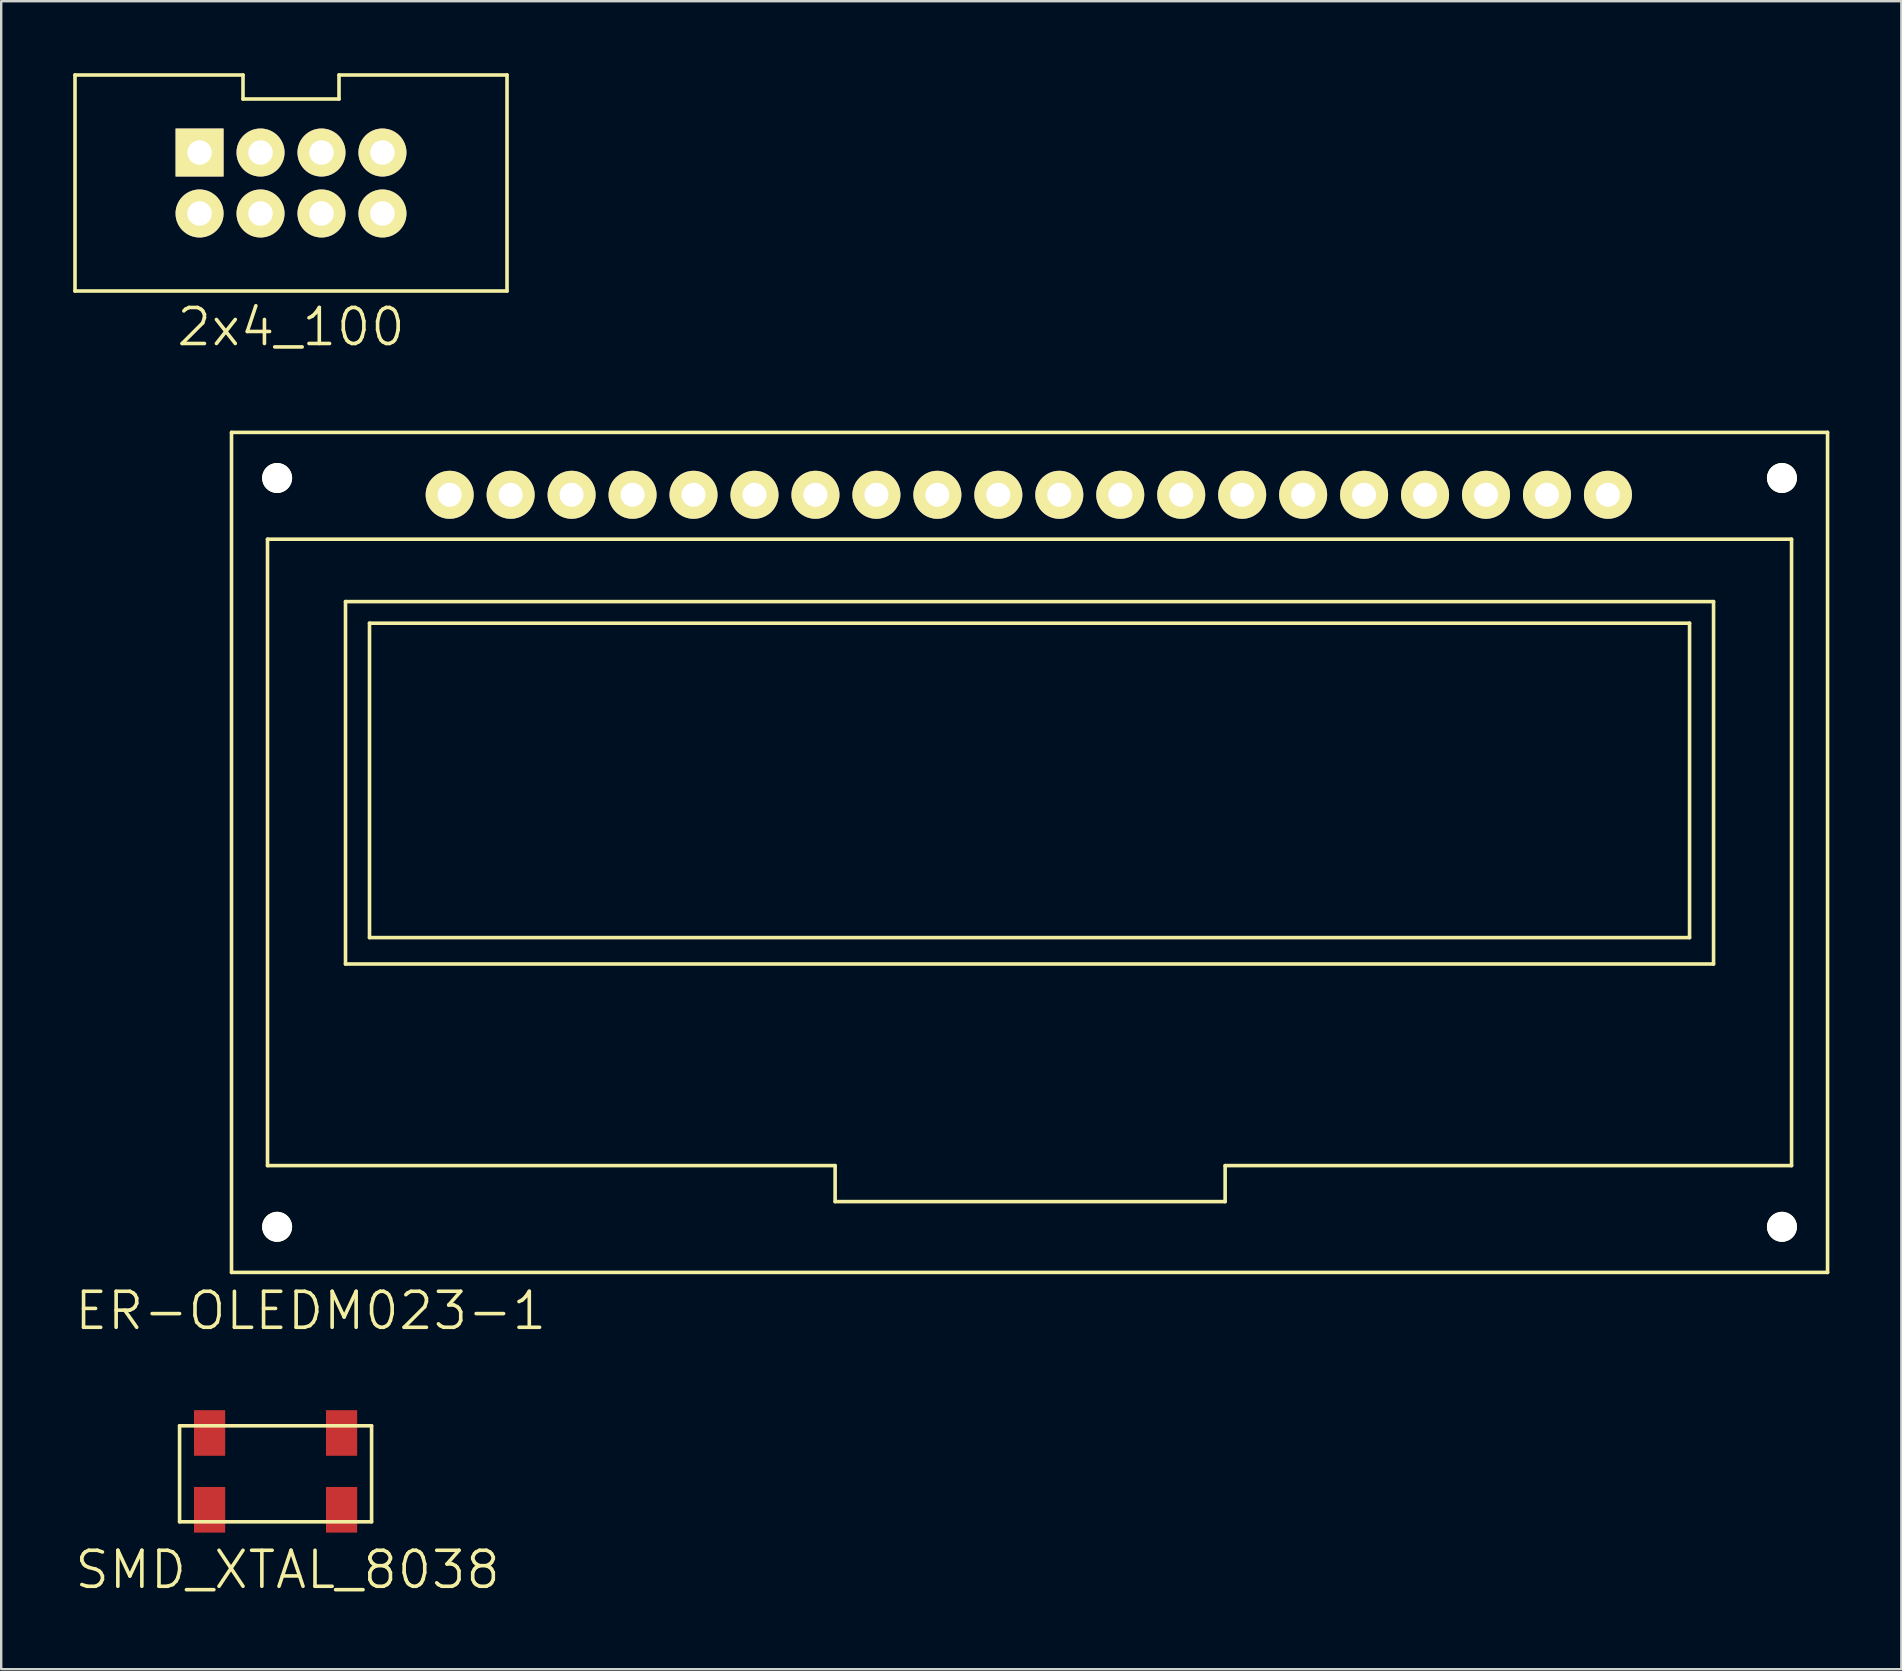
<source format=kicad_pcb>
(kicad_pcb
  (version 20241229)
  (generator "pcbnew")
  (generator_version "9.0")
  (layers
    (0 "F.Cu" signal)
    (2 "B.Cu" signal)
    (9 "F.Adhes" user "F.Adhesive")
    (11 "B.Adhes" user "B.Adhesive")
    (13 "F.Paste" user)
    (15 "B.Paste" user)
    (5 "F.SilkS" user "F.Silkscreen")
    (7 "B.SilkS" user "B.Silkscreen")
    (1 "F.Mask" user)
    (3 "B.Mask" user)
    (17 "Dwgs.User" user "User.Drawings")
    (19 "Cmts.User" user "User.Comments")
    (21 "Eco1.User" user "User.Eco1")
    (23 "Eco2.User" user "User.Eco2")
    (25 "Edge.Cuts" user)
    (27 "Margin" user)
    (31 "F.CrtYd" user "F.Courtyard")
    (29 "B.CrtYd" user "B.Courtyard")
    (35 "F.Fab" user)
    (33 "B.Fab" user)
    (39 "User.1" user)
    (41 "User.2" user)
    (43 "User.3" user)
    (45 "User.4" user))
  (footprint "SMD_XTAL_8038"
    (layer "F.Cu")
    (at 5.682 59.856)
    (property "Reference" "SMD_XTAL_8038" (at 3.25 2.5 0) (layer "F.SilkS") (effects (font (size 1.5 1.5) (thickness 0.15))))
    (attr through_hole)
    (fp_line (start -1.25 -3.5) (end 6.75 -3.5) (stroke (width 0.15) (type solid)) (layer "F.SilkS"))
    (fp_line (start -1.25 0.5) (end -1.25 -3.5) (stroke (width 0.15) (type solid)) (layer "F.SilkS"))
    (fp_line (start 6.75 -3.5) (end 6.75 0.5) (stroke (width 0.15) (type solid)) (layer "F.SilkS"))
    (fp_line (start 6.75 0.5) (end -1.25 0.5) (stroke (width 0.15) (type solid)) (layer "F.SilkS"))
    (pad "" smd rect (at 5.5 -3.2) (size 1.3 1.9) (layers "F.Cu" "F.Mask" "F.Paste"))
    (pad "" smd rect (at 5.5 0) (size 1.3 1.9) (layers "F.Cu" "F.Mask" "F.Paste"))
    (pad "1" smd rect (at 0 0) (size 1.3 1.9) (layers "F.Cu" "F.Mask" "F.Paste"))
    (pad "2" smd rect (at 0 -3.2) (size 1.3 1.9) (layers "F.Cu" "F.Mask" "F.Paste")))
  (footprint "ER-OLEDM023-1"
    (layer "F.Cu")
    (at 6.596 14.966)
    (property "Reference" "ER-OLEDM023-1" (at 3.3 36.6 0) (layer "F.SilkS") (effects (font (size 1.5 1.5) (thickness 0.15))))
    (attr through_hole)
    (fp_line (start 0 0) (end 66.5 0) (stroke (width 0.15) (type solid)) (layer "F.SilkS"))
    (fp_line (start 0 35) (end 0 0) (stroke (width 0.15) (type solid)) (layer "F.SilkS"))
    (fp_line (start 1.5 4.45) (end 1.5 30.55) (stroke (width 0.15) (type solid)) (layer "F.SilkS"))
    (fp_line (start 4.75 7.05) (end 4.75 22.15) (stroke (width 0.15) (type solid)) (layer "F.SilkS"))
    (fp_line (start 4.75 22.15) (end 61.75 22.15) (stroke (width 0.15) (type solid)) (layer "F.SilkS"))
    (fp_line (start 5.75 7.95) (end 5.75 21.05) (stroke (width 0.15) (type solid)) (layer "F.SilkS"))
    (fp_line (start 5.75 21.05) (end 60.75 21.05) (stroke (width 0.15) (type solid)) (layer "F.SilkS"))
    (fp_line (start 25.15 30.55) (end 1.5 30.55) (stroke (width 0.15) (type solid)) (layer "F.SilkS"))
    (fp_line (start 25.15 30.55) (end 25.15 32.05) (stroke (width 0.15) (type solid)) (layer "F.SilkS"))
    (fp_line (start 25.15 32.05) (end 41.4 32.05) (stroke (width 0.15) (type solid)) (layer "F.SilkS"))
    (fp_line (start 41.4 30.55) (end 65 30.55) (stroke (width 0.15) (type solid)) (layer "F.SilkS"))
    (fp_line (start 41.4 32.05) (end 41.4 30.55) (stroke (width 0.15) (type solid)) (layer "F.SilkS"))
    (fp_line (start 60.75 7.95) (end 5.75 7.95) (stroke (width 0.15) (type solid)) (layer "F.SilkS"))
    (fp_line (start 60.75 21.05) (end 60.75 7.95) (stroke (width 0.15) (type solid)) (layer "F.SilkS"))
    (fp_line (start 61.75 7.05) (end 4.75 7.05) (stroke (width 0.15) (type solid)) (layer "F.SilkS"))
    (fp_line (start 61.75 22.15) (end 61.75 7.05) (stroke (width 0.15) (type solid)) (layer "F.SilkS"))
    (fp_line (start 65 4.45) (end 1.5 4.45) (stroke (width 0.15) (type solid)) (layer "F.SilkS"))
    (fp_line (start 65 30.55) (end 65 4.45) (stroke (width 0.15) (type solid)) (layer "F.SilkS"))
    (fp_line (start 66.5 0) (end 66.5 35) (stroke (width 0.15) (type solid)) (layer "F.SilkS"))
    (fp_line (start 66.5 35) (end 0 35) (stroke (width 0.15) (type solid)) (layer "F.SilkS"))
    (pad "" np_thru_hole circle (at 1.9 1.9) (size 1.25 1.25) (drill 1.25) (layers "*.Cu" "*.Mask" "F.SilkS"))
    (pad "" np_thru_hole circle (at 1.9 33.1) (size 1.25 1.25) (drill 1.25) (layers "*.Cu" "*.Mask" "F.SilkS"))
    (pad "" np_thru_hole circle (at 64.6 1.9) (size 1.25 1.25) (drill 1.25) (layers "*.Cu" "*.Mask" "F.SilkS"))
    (pad "" np_thru_hole circle (at 64.6 33.1) (size 1.25 1.25) (drill 1.25) (layers "*.Cu" "*.Mask" "F.SilkS"))
    (pad "1" thru_hole circle (at 9.09 2.6) (size 2 2) (drill 1) (layers "*.Cu" "*.Mask" "F.SilkS"))
    (pad "2" thru_hole circle (at 11.63 2.6) (size 2 2) (drill 1) (layers "*.Cu" "*.Mask" "F.SilkS"))
    (pad "3" thru_hole circle (at 14.17 2.6) (size 2 2) (drill 1) (layers "*.Cu" "*.Mask" "F.SilkS"))
    (pad "4" thru_hole circle (at 16.71 2.6) (size 2 2) (drill 1) (layers "*.Cu" "*.Mask" "F.SilkS"))
    (pad "5" thru_hole circle (at 19.25 2.6) (size 2 2) (drill 1) (layers "*.Cu" "*.Mask" "F.SilkS"))
    (pad "6" thru_hole circle (at 21.79 2.6) (size 2 2) (drill 1) (layers "*.Cu" "*.Mask" "F.SilkS"))
    (pad "7" thru_hole circle (at 24.33 2.6) (size 2 2) (drill 1) (layers "*.Cu" "*.Mask" "F.SilkS"))
    (pad "8" thru_hole circle (at 26.87 2.6) (size 2 2) (drill 1) (layers "*.Cu" "*.Mask" "F.SilkS"))
    (pad "9" thru_hole circle (at 29.41 2.6) (size 2 2) (drill 1) (layers "*.Cu" "*.Mask" "F.SilkS"))
    (pad "10" thru_hole circle (at 31.95 2.6) (size 2 2) (drill 1) (layers "*.Cu" "*.Mask" "F.SilkS"))
    (pad "11" thru_hole circle (at 34.49 2.6) (size 2 2) (drill 1) (layers "*.Cu" "*.Mask" "F.SilkS"))
    (pad "12" thru_hole circle (at 37.03 2.6) (size 2 2) (drill 1) (layers "*.Cu" "*.Mask" "F.SilkS"))
    (pad "13" thru_hole circle (at 39.57 2.6) (size 2 2) (drill 1) (layers "*.Cu" "*.Mask" "F.SilkS"))
    (pad "14" thru_hole circle (at 42.11 2.6) (size 2 2) (drill 1) (layers "*.Cu" "*.Mask" "F.SilkS"))
    (pad "15" thru_hole circle (at 44.65 2.6) (size 2 2) (drill 1) (layers "*.Cu" "*.Mask" "F.SilkS"))
    (pad "16" thru_hole circle (at 47.19 2.6) (size 2 2) (drill 1) (layers "*.Cu" "*.Mask" "F.SilkS"))
    (pad "17" thru_hole circle (at 49.73 2.6) (size 2 2) (drill 1) (layers "*.Cu" "*.Mask" "F.SilkS"))
    (pad "18" thru_hole circle (at 52.27 2.6) (size 2 2) (drill 1) (layers "*.Cu" "*.Mask" "F.SilkS"))
    (pad "19" thru_hole circle (at 54.81 2.6) (size 2 2) (drill 1) (layers "*.Cu" "*.Mask" "F.SilkS"))
    (pad "20" thru_hole circle (at 57.35 2.6) (size 2 2) (drill 1) (layers "*.Cu" "*.Mask" "F.SilkS")))
  (footprint "2x4_100"
    (layer "F.Cu")
    (at 9.075 4.575)
    (property "Reference" "2x4_100" (at 0 6 0) (layer "F.SilkS") (effects (font (size 1.5 1.5) (thickness 0.15))))
    (attr through_hole)
    (fp_line (start -9 -4.5) (end -2 -4.5) (stroke (width 0.15) (type solid)) (layer "F.SilkS"))
    (fp_line (start -9 4.5) (end -9 -4.5) (stroke (width 0.15) (type solid)) (layer "F.SilkS"))
    (fp_line (start -2 -4.5) (end -2 -3.5) (stroke (width 0.15) (type solid)) (layer "F.SilkS"))
    (fp_line (start -2 -3.5) (end 2 -3.5) (stroke (width 0.15) (type solid)) (layer "F.SilkS"))
    (fp_line (start 2 -4.5) (end 9 -4.5) (stroke (width 0.15) (type solid)) (layer "F.SilkS"))
    (fp_line (start 2 -3.5) (end 2 -4.5) (stroke (width 0.15) (type solid)) (layer "F.SilkS"))
    (fp_line (start 9 -4.5) (end 9 4.5) (stroke (width 0.15) (type solid)) (layer "F.SilkS"))
    (fp_line (start 9 4.5) (end -9 4.5) (stroke (width 0.15) (type solid)) (layer "F.SilkS"))
    (pad "1" thru_hole rect (at -3.81 -1.27) (size 2 2) (drill 1.02) (layers "*.Cu" "*.Mask" "F.SilkS"))
    (pad "2" thru_hole circle (at -3.81 1.27) (size 2 2) (drill 1.02) (layers "*.Cu" "*.Mask" "F.SilkS"))
    (pad "3" thru_hole circle (at -1.27 -1.27) (size 2 2) (drill 1.02) (layers "*.Cu" "*.Mask" "F.SilkS"))
    (pad "4" thru_hole circle (at -1.27 1.27) (size 2 2) (drill 1.02) (layers "*.Cu" "*.Mask" "F.SilkS"))
    (pad "5" thru_hole circle (at 1.27 -1.27) (size 2 2) (drill 1.02) (layers "*.Cu" "*.Mask" "F.SilkS"))
    (pad "6" thru_hole circle (at 1.27 1.27) (size 2 2) (drill 1.02) (layers "*.Cu" "*.Mask" "F.SilkS"))
    (pad "7" thru_hole circle (at 3.81 -1.27) (size 2 2) (drill 1.02) (layers "*.Cu" "*.Mask" "F.SilkS"))
    (pad "8" thru_hole circle (at 3.81 1.27) (size 2 2) (drill 1.02) (layers "*.Cu" "*.Mask" "F.SilkS")))
  (gr_rect
    (start -3 -3)
    (end 76.171 66.497)
    (stroke (width 0.1) (type default))
    (fill no)
    (layer "Edge.Cuts")))
</source>
